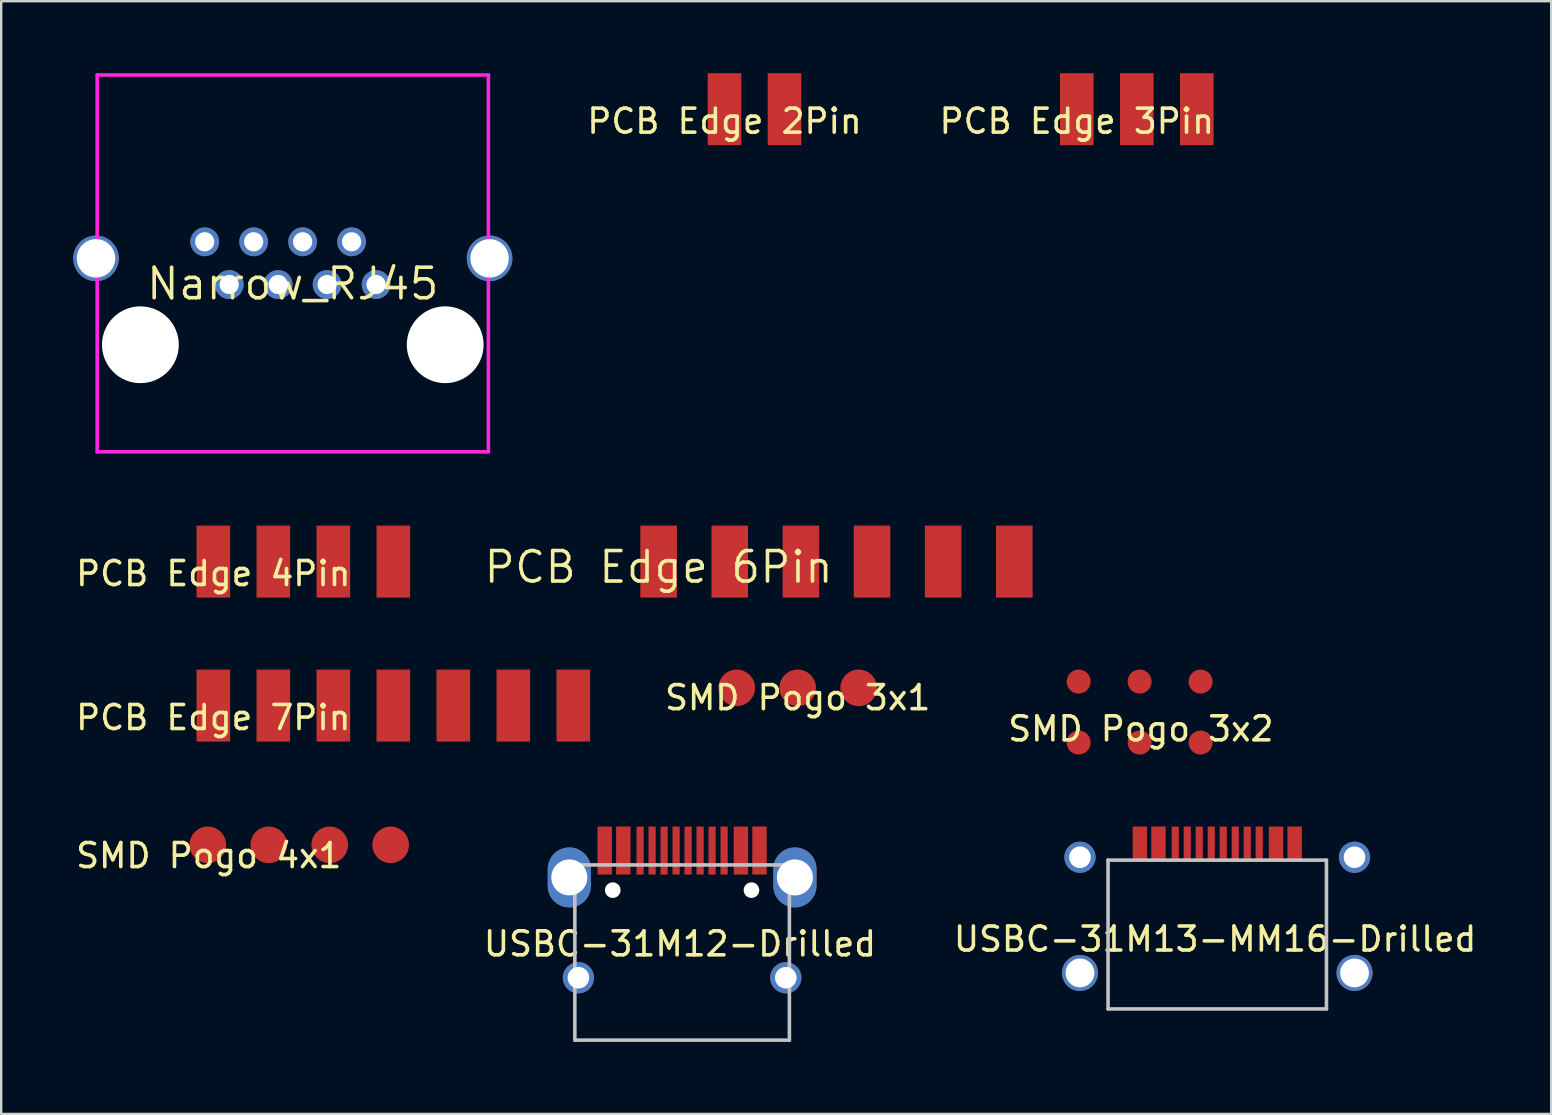
<source format=kicad_pcb>
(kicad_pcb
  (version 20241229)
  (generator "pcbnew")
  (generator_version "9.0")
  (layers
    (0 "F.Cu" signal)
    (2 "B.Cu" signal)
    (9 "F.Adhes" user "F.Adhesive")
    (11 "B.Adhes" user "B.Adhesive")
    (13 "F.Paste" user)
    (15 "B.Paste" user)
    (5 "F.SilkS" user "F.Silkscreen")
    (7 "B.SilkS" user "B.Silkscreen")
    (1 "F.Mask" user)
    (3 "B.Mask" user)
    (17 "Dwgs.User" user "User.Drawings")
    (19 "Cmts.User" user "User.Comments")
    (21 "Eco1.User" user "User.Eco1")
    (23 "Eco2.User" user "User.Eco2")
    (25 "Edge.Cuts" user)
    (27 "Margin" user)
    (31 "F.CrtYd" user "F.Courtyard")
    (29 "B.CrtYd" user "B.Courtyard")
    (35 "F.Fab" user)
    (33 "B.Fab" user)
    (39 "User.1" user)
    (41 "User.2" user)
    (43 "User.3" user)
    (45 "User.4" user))
  (footprint "PCB Edge 2Pin"
    (layer "F.Cu")
    (at 27.139 1.5)
    (property "Reference" "PCB Edge 2Pin" (at 0 0.5 0) (layer "F.SilkS") (effects (font (size 1 1) (thickness 0.15))))
    (attr through_hole)
    (pad "1" smd rect (at 0 0) (size 1.4 3) (layers "F.Cu" "F.Mask" "F.Paste"))
    (pad "2" smd rect (at 2.5 0) (size 1.4 3) (layers "F.Cu" "F.Mask" "F.Paste")))
  (footprint "PCB Edge 3Pin"
    (layer "F.Cu")
    (at 41.818 1.5)
    (property "Reference" "PCB Edge 3Pin" (at 0 0.5 0) (layer "F.SilkS") (effects (font (size 1 1) (thickness 0.15))))
    (attr through_hole)
    (pad "1" smd rect (at 0 0) (size 1.4 3) (layers "F.Cu" "F.Mask" "F.Paste"))
    (pad "2" smd rect (at 2.5 0) (size 1.4 3) (layers "F.Cu" "F.Mask" "F.Paste"))
    (pad "3" smd rect (at 5 0) (size 1.4 3) (layers "F.Cu" "F.Mask" "F.Paste")))
  (footprint "SMD Pogo 3x1"
    (layer "F.Cu")
    (at 30.188 25.522)
    (property "Reference" "SMD Pogo 3x1" (at 0 0.5 0) (layer "F.SilkS") (effects (font (size 1 1) (thickness 0.15))))
    (attr through_hole)
    (pad "1" smd circle (at -2.54 0.09) (size 1.524 1.524) (layers "F.Cu" "F.Mask" "F.Paste"))
    (pad "2" smd circle (at 0 0.09) (size 1.524 1.524) (layers "F.Cu" "F.Mask" "F.Paste"))
    (pad "3" smd circle (at 2.54 0.09) (size 1.524 1.524) (layers "F.Cu" "F.Mask" "F.Paste")))
  (footprint "PCB Edge 6Pin"
    (layer "F.Cu")
    (at 24.394 20.58)
    (property "Reference" "PCB Edge 6Pin" (at 0 0 0) (layer "F.SilkS") (effects (font (size 1.27 1.27) (thickness 0.15))))
    (attr through_hole)
    (pad "1" smd rect (at 0 -0.23) (size 1.524 3) (layers "F.Cu" "F.Mask" "F.Paste"))
    (pad "2" smd rect (at 2.964 -0.23) (size 1.524 3) (layers "F.Cu" "F.Mask" "F.Paste"))
    (pad "3" smd rect (at 5.928 -0.23) (size 1.524 3) (layers "F.Cu" "F.Mask" "F.Paste"))
    (pad "4" smd rect (at 8.892 -0.23) (size 1.524 3) (layers "F.Cu" "F.Mask" "F.Paste"))
    (pad "5" smd rect (at 11.856 -0.23) (size 1.524 3) (layers "F.Cu" "F.Mask" "F.Paste"))
    (pad "6" smd rect (at 14.82 -0.23) (size 1.524 3) (layers "F.Cu" "F.Mask" "F.Paste")))
  (footprint "Narrow_RJ45"
    (layer "F.Cu")
    (at 9.15 8.775)
    (property "Reference" "Narrow_RJ45" (at 0 0 0) (layer "F.SilkS") (effects (font (size 1.27 1.27) (thickness 0.15))))
    (attr through_hole)
    (fp_line (start -8.15 -8.7) (end -8.15 7) (stroke (width 0.15) (type solid)) (layer "F.CrtYd"))
    (fp_line (start -8.15 -8.7) (end 8.15 -8.7) (stroke (width 0.15) (type solid)) (layer "F.CrtYd"))
    (fp_line (start -8.15 7) (end 8.15 7) (stroke (width 0.15) (type solid)) (layer "F.CrtYd"))
    (fp_line (start 8.15 -8.7) (end 8.15 7) (stroke (width 0.15) (type solid)) (layer "F.CrtYd"))
    (pad "" np_thru_hole circle (at -6.35 2.54) (size 3.2 3.2) (drill 3.2) (layers "*.Cu" "*.Mask"))
    (pad "" np_thru_hole circle (at 6.35 2.54) (size 3.2 3.2) (drill 3.2) (layers "*.Cu" "*.Mask"))
    (pad "1" thru_hole circle (at 3.47 0.03) (size 1.2 1.2) (drill 0.8) (layers "*.Cu" "*.Mask"))
    (pad "2" thru_hole circle (at 2.45 -1.75) (size 1.2 1.2) (drill 0.8) (layers "*.Cu" "*.Mask"))
    (pad "3" thru_hole circle (at 1.43 0.03) (size 1.2 1.2) (drill 0.8) (layers "*.Cu" "*.Mask"))
    (pad "4" thru_hole circle (at 0.41 -1.75) (size 1.2 1.2) (drill 0.8) (layers "*.Cu" "*.Mask"))
    (pad "5" thru_hole circle (at -0.61 0.03) (size 1.2 1.2) (drill 0.8) (layers "*.Cu" "*.Mask"))
    (pad "6" thru_hole circle (at -1.63 -1.75) (size 1.2 1.2) (drill 0.8) (layers "*.Cu" "*.Mask"))
    (pad "7" thru_hole circle (at -2.65 0.03) (size 1.2 1.2) (drill 0.8) (layers "*.Cu" "*.Mask"))
    (pad "8" thru_hole circle (at -3.67 -1.75) (size 1.2 1.2) (drill 0.8) (layers "*.Cu" "*.Mask"))
    (pad "9" thru_hole circle (at -8.2 -1.06) (size 1.9 1.9) (drill 1.6) (layers "*.Cu" "*.Mask"))
    (pad "9" thru_hole circle (at 8.2 -1.06) (size 1.9 1.9) (drill 1.6) (layers "*.Cu" "*.Mask")))
  (footprint "PCB Edge 7Pin"
    (layer "F.Cu")
    (at 5.839 26.35)
    (property "Reference" "PCB Edge 7Pin" (at 0 0.5 0) (layer "F.SilkS") (effects (font (size 1 1) (thickness 0.15))))
    (attr through_hole)
    (pad "1" smd rect (at 0 0) (size 1.4 3) (layers "F.Cu" "F.Mask" "F.Paste"))
    (pad "2" smd rect (at 2.5 0) (size 1.4 3) (layers "F.Cu" "F.Mask" "F.Paste"))
    (pad "3" smd rect (at 5 0) (size 1.4 3) (layers "F.Cu" "F.Mask" "F.Paste"))
    (pad "4" smd rect (at 7.5 0) (size 1.4 3) (layers "F.Cu" "F.Mask" "F.Paste"))
    (pad "5" smd rect (at 10 0) (size 1.4 3) (layers "F.Cu" "F.Mask" "F.Paste"))
    (pad "6" smd rect (at 12.5 0) (size 1.4 3) (layers "F.Cu" "F.Mask" "F.Paste"))
    (pad "7" smd rect (at 15 0) (size 1.4 3) (layers "F.Cu" "F.Mask" "F.Paste")))
  (footprint "PCB Edge 4Pin"
    (layer "F.Cu")
    (at 5.839 20.35)
    (property "Reference" "PCB Edge 4Pin" (at 0 0.5 0) (layer "F.SilkS") (effects (font (size 1 1) (thickness 0.15))))
    (attr through_hole)
    (pad "1" smd rect (at 0 0) (size 1.4 3) (layers "F.Cu" "F.Mask" "F.Paste"))
    (pad "2" smd rect (at 2.5 0) (size 1.4 3) (layers "F.Cu" "F.Mask" "F.Paste"))
    (pad "3" smd rect (at 5 0) (size 1.4 3) (layers "F.Cu" "F.Mask" "F.Paste"))
    (pad "4" smd rect (at 7.5 0) (size 1.4 3) (layers "F.Cu" "F.Mask" "F.Paste")))
  (footprint "USBC-31M13-MM16-Drilled"
    (layer "F.Cu")
    (at 47.67 36.09)
    (property "Reference" "USBC-31M13-MM16-Drilled" (at -0.09 -0.01 0) (layer "F.SilkS") (effects (font (size 1 1) (thickness 0.15))))
    (attr smd)
    (fp_line (start -4.55 -3.3) (end 4.55 -3.3) (stroke (width 0.15) (type solid)) (layer "Dwgs.User"))
    (fp_line (start -4.55 2.9) (end -4.55 -3.3) (stroke (width 0.15) (type solid)) (layer "Dwgs.User"))
    (fp_line (start -4.55 2.9) (end 4.55 2.9) (stroke (width 0.15) (type solid)) (layer "Dwgs.User"))
    (fp_line (start 4.55 2.9) (end 4.55 -3.3) (stroke (width 0.15) (type solid)) (layer "Dwgs.User"))
    (pad "1" smd rect (at -3.225 -4) (size 0.6 1.4) (layers "F.Cu" "F.Mask" "F.Paste"))
    (pad "2" smd rect (at -2.45 -4) (size 0.6 1.4) (layers "F.Cu" "F.Mask" "F.Paste"))
    (pad "3" smd rect (at -1.75 -4) (size 0.3 1.4) (layers "F.Cu" "F.Mask" "F.Paste"))
    (pad "4" smd rect (at -1.25 -4) (size 0.3 1.4) (layers "F.Cu" "F.Mask" "F.Paste"))
    (pad "5" smd rect (at -0.75 -4) (size 0.3 1.4) (layers "F.Cu" "F.Mask" "F.Paste"))
    (pad "6" smd rect (at -0.25 -4) (size 0.3 1.4) (layers "F.Cu" "F.Mask" "F.Paste"))
    (pad "7" smd rect (at 0.25 -4) (size 0.3 1.4) (layers "F.Cu" "F.Mask" "F.Paste"))
    (pad "8" smd rect (at 0.75 -4) (size 0.3 1.4) (layers "F.Cu" "F.Mask" "F.Paste"))
    (pad "9" smd rect (at 1.25 -4) (size 0.3 1.4) (layers "F.Cu" "F.Mask" "F.Paste"))
    (pad "10" smd rect (at 1.75 -4) (size 0.3 1.4) (layers "F.Cu" "F.Mask" "F.Paste"))
    (pad "11" smd rect (at 2.45 -4) (size 0.6 1.4) (layers "F.Cu" "F.Mask" "F.Paste"))
    (pad "12" smd rect (at 3.225 -4) (size 0.6 1.4) (layers "F.Cu" "F.Mask" "F.Paste"))
    (pad "13" thru_hole circle (at -5.72 -3.42) (size 1.3 1.3) (drill 0.9) (layers "*.Cu" "*.Mask"))
    (pad "13" thru_hole circle (at -5.72 1.4) (size 1.5 1.5) (drill 1.2) (layers "*.Cu" "*.Mask"))
    (pad "13" thru_hole circle (at 5.72 -3.42) (size 1.3 1.3) (drill 0.9) (layers "*.Cu" "*.Mask"))
    (pad "13" thru_hole circle (at 5.72 1.4) (size 1.5 1.5) (drill 1.2) (layers "*.Cu" "*.Mask")))
  (footprint "SMD Pogo 3x2"
    (layer "F.Cu")
    (at 44.486 26.82)
    (property "Reference" "SMD Pogo 3x2" (at 0 0.5 0) (layer "F.SilkS") (effects (font (size 1 1) (thickness 0.15))))
    (attr through_hole)
    (pad "1" smd circle (at -2.59 1.07) (size 1 1) (layers "F.Cu" "F.Mask" "F.Paste"))
    (pad "2" smd circle (at -2.59 -1.47) (size 1 1) (layers "F.Cu" "F.Mask" "F.Paste"))
    (pad "3" smd circle (at -0.05 1.07) (size 1 1) (layers "F.Cu" "F.Mask" "F.Paste"))
    (pad "4" smd circle (at -0.05 -1.47) (size 1 1) (layers "F.Cu" "F.Mask" "F.Paste"))
    (pad "5" smd circle (at 2.49 1.07) (size 1 1) (layers "F.Cu" "F.Mask" "F.Paste"))
    (pad "6" smd circle (at 2.49 -1.47) (size 1 1) (layers "F.Cu" "F.Mask" "F.Paste")))
  (footprint "USBC-31M12-Drilled"
    (layer "F.Cu")
    (at 25.372 36.29)
    (property "Reference" "USBC-31M12-Drilled" (at -0.09 -0.01 0) (layer "F.SilkS") (effects (font (size 1 1) (thickness 0.15))))
    (attr smd)
    (fp_line (start -4.47 -3.3) (end 4.47 -3.3) (stroke (width 0.15) (type solid)) (layer "Dwgs.User"))
    (fp_line (start -4.47 4) (end -4.47 -3.3) (stroke (width 0.15) (type solid)) (layer "Dwgs.User"))
    (fp_line (start -4.47 4) (end 4.47 4) (stroke (width 0.15) (type solid)) (layer "Dwgs.User"))
    (fp_line (start 4.47 4) (end 4.47 -3.3) (stroke (width 0.15) (type solid)) (layer "Dwgs.User"))
    (pad "" np_thru_hole circle (at -2.89 -2.25) (size 0.65 0.65) (drill 0.65) (layers "*.Cu" "*.Mask"))
    (pad "" np_thru_hole circle (at 2.89 -2.25) (size 0.65 0.65) (drill 0.65) (layers "*.Cu" "*.Mask"))
    (pad "1" smd rect (at -3.225 -3.9) (size 0.6 2) (layers "F.Cu" "F.Mask" "F.Paste"))
    (pad "2" smd rect (at -2.45 -3.9) (size 0.6 2) (layers "F.Cu" "F.Mask" "F.Paste"))
    (pad "3" smd rect (at -1.75 -3.9) (size 0.3 2) (layers "F.Cu" "F.Mask" "F.Paste"))
    (pad "4" smd rect (at -1.25 -3.9) (size 0.3 2) (layers "F.Cu" "F.Mask" "F.Paste"))
    (pad "5" smd rect (at -0.75 -3.9) (size 0.3 2) (layers "F.Cu" "F.Mask" "F.Paste"))
    (pad "6" smd rect (at -0.25 -3.9) (size 0.3 2) (layers "F.Cu" "F.Mask" "F.Paste"))
    (pad "7" smd rect (at 0.25 -3.9) (size 0.3 2) (layers "F.Cu" "F.Mask" "F.Paste"))
    (pad "8" smd rect (at 0.75 -3.9) (size 0.3 2) (layers "F.Cu" "F.Mask" "F.Paste"))
    (pad "9" smd rect (at 1.25 -3.9) (size 0.3 2) (layers "F.Cu" "F.Mask" "F.Paste"))
    (pad "10" smd rect (at 1.75 -3.9) (size 0.3 2) (layers "F.Cu" "F.Mask" "F.Paste"))
    (pad "11" smd rect (at 2.45 -3.9) (size 0.6 2) (layers "F.Cu" "F.Mask" "F.Paste"))
    (pad "12" smd rect (at 3.225 -3.9) (size 0.6 2) (layers "F.Cu" "F.Mask" "F.Paste"))
    (pad "13" thru_hole oval (at -4.7 -2.78) (size 1.8 2.5) (drill 1.5) (layers "*.Cu" "B.Mask"))
    (pad "13" thru_hole circle (at -4.32 1.4) (size 1.3 1.3) (drill 0.9) (layers "*.Cu" "B.Mask"))
    (pad "13" thru_hole circle (at 4.32 1.4) (size 1.3 1.3) (drill 0.9) (layers "*.Cu" "B.Mask"))
    (pad "13" thru_hole oval (at 4.7 -2.78) (size 1.8 2.5) (drill 1.5) (layers "*.Cu" "B.Mask")))
  (footprint "SMD Pogo 4x1"
    (layer "F.Cu")
    (at 5.649 32.102)
    (property "Reference" "SMD Pogo 4x1" (at 0 0.5 0) (layer "F.SilkS") (effects (font (size 1 1) (thickness 0.15))))
    (attr through_hole)
    (pad "1" smd circle (at -0.04 0.05) (size 1.524 1.524) (layers "F.Cu" "F.Mask" "F.Paste"))
    (pad "2" smd circle (at 2.5 0.05) (size 1.524 1.524) (layers "F.Cu" "F.Mask" "F.Paste"))
    (pad "3" smd circle (at 5.04 0.05) (size 1.524 1.524) (layers "F.Cu" "F.Mask" "F.Paste"))
    (pad "4" smd circle (at 7.58 0.05) (size 1.524 1.524) (layers "F.Cu" "F.Mask" "F.Paste")))
  (gr_rect
    (start -3 -3)
    (end 61.586 43.365)
    (stroke (width 0.1) (type default))
    (fill no)
    (layer "Edge.Cuts")))
</source>
